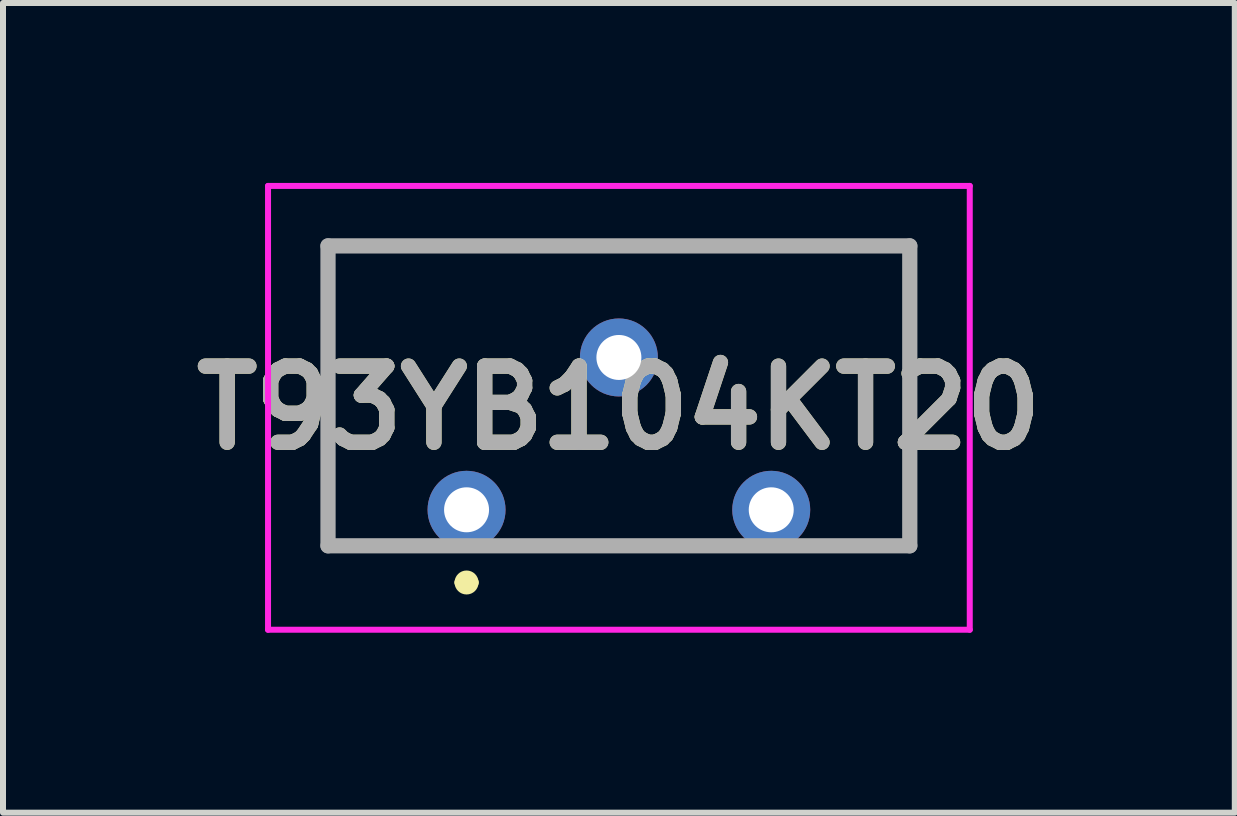
<source format=kicad_pcb>
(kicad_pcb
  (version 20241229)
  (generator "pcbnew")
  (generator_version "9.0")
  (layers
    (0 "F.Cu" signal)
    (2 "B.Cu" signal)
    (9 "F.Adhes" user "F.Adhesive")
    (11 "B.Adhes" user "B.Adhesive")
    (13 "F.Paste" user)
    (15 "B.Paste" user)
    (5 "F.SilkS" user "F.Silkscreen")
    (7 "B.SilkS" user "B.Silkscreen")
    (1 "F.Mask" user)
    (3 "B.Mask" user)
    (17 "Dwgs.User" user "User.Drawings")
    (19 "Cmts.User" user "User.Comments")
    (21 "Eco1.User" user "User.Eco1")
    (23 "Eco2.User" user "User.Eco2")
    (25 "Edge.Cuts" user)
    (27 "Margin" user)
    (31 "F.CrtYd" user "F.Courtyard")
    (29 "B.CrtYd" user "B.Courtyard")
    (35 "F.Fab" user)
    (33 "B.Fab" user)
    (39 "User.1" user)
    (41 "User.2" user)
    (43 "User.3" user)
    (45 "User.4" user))
  (footprint "T93YB104KT20"
    (layer "F.Cu")
    (at 4.729 5.45)
    (property "Reference" "T93YB104KT20" (at 2.54 -1.7 0) (layer "F.SilkS") (effects (font (size 1.27 1.27) (thickness 0.254))))
    (attr through_hole)
    (fp_line (start -2.31 -4.4) (end 7.39 -4.4) (stroke (width 0.1) (type solid)) (layer "F.SilkS"))
    (fp_line (start -2.31 0.6) (end -2.31 -4.4) (stroke (width 0.1) (type solid)) (layer "F.SilkS"))
    (fp_line (start -2.31 0.6) (end -0.912 0.6) (stroke (width 0.1) (type solid)) (layer "F.SilkS"))
    (fp_line (start -0.1 1.212) (end -0.1 1.212) (stroke (width 0.2) (type solid)) (layer "F.SilkS"))
    (fp_line (start 0.1 1.212) (end 0.1 1.212) (stroke (width 0.2) (type solid)) (layer "F.SilkS"))
    (fp_line (start 7.39 -4.4) (end 7.39 0.6) (stroke (width 0.1) (type solid)) (layer "F.SilkS"))
    (fp_line (start 7.39 0.6) (end 5.942 0.6) (stroke (width 0.1) (type solid)) (layer "F.SilkS"))
    (fp_arc (start -0.1 1.212) (mid 0 1.112) (end 0.1 1.212) (stroke (width 0.2) (type solid)) (layer "F.SilkS"))
    (fp_arc (start 0.1 1.212) (mid 0 1.312) (end -0.1 1.212) (stroke (width 0.2) (type solid)) (layer "F.SilkS"))
    (fp_line (start -3.31 -5.4) (end 8.39 -5.4) (stroke (width 0.1) (type solid)) (layer "F.CrtYd"))
    (fp_line (start -3.31 2) (end -3.31 -5.4) (stroke (width 0.1) (type solid)) (layer "F.CrtYd"))
    (fp_line (start 8.39 -5.4) (end 8.39 2) (stroke (width 0.1) (type solid)) (layer "F.CrtYd"))
    (fp_line (start 8.39 2) (end -3.31 2) (stroke (width 0.1) (type solid)) (layer "F.CrtYd"))
    (fp_line (start -2.31 -4.4) (end 7.39 -4.4) (stroke (width 0.254) (type solid)) (layer "F.Fab"))
    (fp_line (start -2.31 0.6) (end -2.31 -4.4) (stroke (width 0.254) (type solid)) (layer "F.Fab"))
    (fp_line (start 7.39 -4.4) (end 7.39 0.6) (stroke (width 0.254) (type solid)) (layer "F.Fab"))
    (fp_line (start 7.39 0.6) (end -2.31 0.6) (stroke (width 0.254) (type solid)) (layer "F.Fab"))
    (fp_text user "${REFERENCE}" (at 2.54 -1.7 0) (layer "F.Fab") (effects (font (size 1.27 1.27) (thickness 0.254))))
    (pad "1" thru_hole circle (at 0 0) (size 1.3 1.3) (drill 0.75) (layers "*.Cu" "*.Mask"))
    (pad "2" thru_hole circle (at 2.54 -2.54) (size 1.3 1.3) (drill 0.75) (layers "*.Cu" "*.Mask"))
    (pad "3" thru_hole circle (at 5.08 0) (size 1.3 1.3) (drill 0.75) (layers "*.Cu" "*.Mask")))
  (gr_rect
    (start -3 -3)
    (end 17.538 10.5)
    (stroke (width 0.1) (type default))
    (fill no)
    (layer "Edge.Cuts")))
</source>
